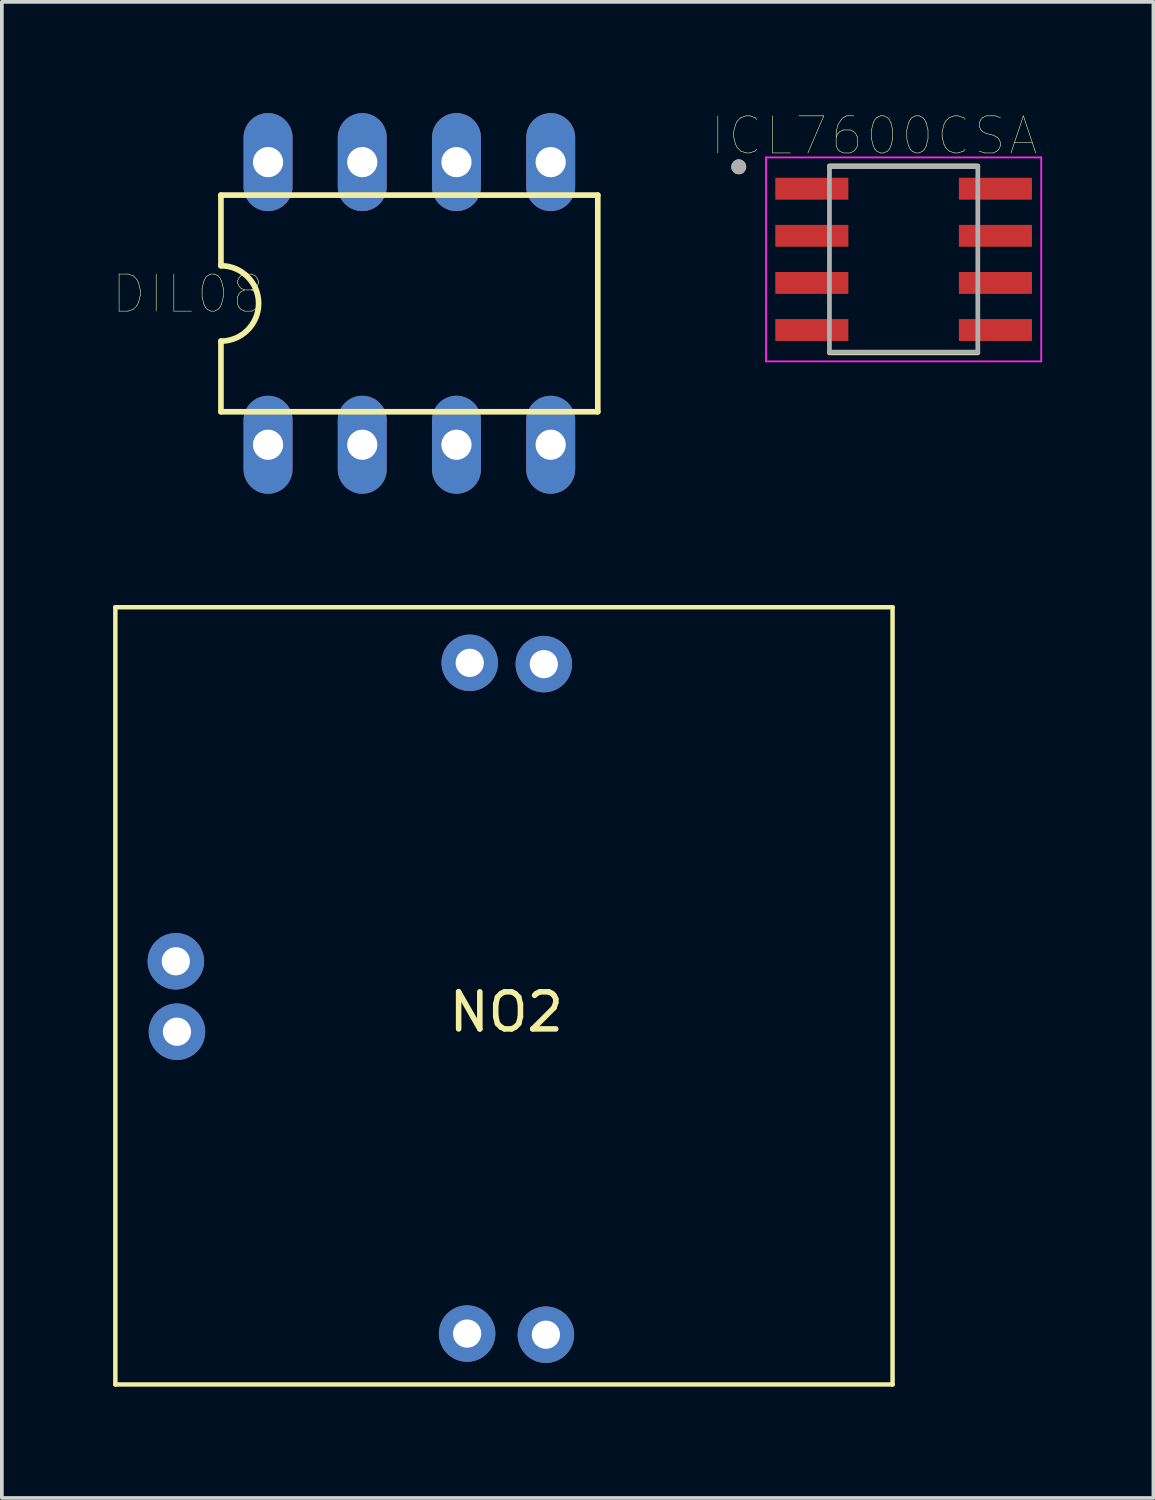
<source format=kicad_pcb>
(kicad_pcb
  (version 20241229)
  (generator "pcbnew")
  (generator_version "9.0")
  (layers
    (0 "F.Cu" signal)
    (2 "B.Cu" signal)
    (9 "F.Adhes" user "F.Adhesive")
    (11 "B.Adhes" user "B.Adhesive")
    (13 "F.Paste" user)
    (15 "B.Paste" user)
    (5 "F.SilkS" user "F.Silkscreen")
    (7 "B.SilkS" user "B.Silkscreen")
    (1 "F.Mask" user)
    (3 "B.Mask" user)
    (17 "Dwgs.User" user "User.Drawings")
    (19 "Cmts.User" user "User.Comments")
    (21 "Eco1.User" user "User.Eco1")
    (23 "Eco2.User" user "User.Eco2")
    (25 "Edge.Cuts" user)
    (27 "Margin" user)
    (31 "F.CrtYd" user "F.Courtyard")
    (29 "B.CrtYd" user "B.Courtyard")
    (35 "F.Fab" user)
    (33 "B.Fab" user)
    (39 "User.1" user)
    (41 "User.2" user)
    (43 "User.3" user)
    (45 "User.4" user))
  (footprint "ICL7600CSA"
    (layer "F.Cu")
    (at 21.313 3.943)
    (property "Reference" "ICL7600CSA" (at -0.795 -3.332 0) (layer "F.SilkS") (effects (font (size 1 1) (thickness 0.015))))
    (attr through_hole)
    (fp_line (start -2 -2.52) (end 2 -2.52) (stroke (width 0.127) (type solid)) (layer "F.SilkS"))
    (fp_line (start -2 2.52) (end 2 2.52) (stroke (width 0.127) (type solid)) (layer "F.SilkS"))
    (fp_circle (center -4.445 -2.495) (end -4.345 -2.495) (stroke (width 0.2) (type solid)) (fill no) (layer "F.SilkS"))
    (fp_line (start -3.71 -2.75) (end -3.71 2.75) (stroke (width 0.05) (type solid)) (layer "F.CrtYd"))
    (fp_line (start -3.71 -2.75) (end 3.71 -2.75) (stroke (width 0.05) (type solid)) (layer "F.CrtYd"))
    (fp_line (start -3.71 2.75) (end 3.71 2.75) (stroke (width 0.05) (type solid)) (layer "F.CrtYd"))
    (fp_line (start 3.71 -2.75) (end 3.71 2.75) (stroke (width 0.05) (type solid)) (layer "F.CrtYd"))
    (fp_line (start -2 -2.5) (end -2 2.5) (stroke (width 0.127) (type solid)) (layer "F.Fab"))
    (fp_line (start -2 -2.5) (end 2 -2.5) (stroke (width 0.127) (type solid)) (layer "F.Fab"))
    (fp_line (start -2 2.5) (end 2 2.5) (stroke (width 0.127) (type solid)) (layer "F.Fab"))
    (fp_line (start 2 -2.5) (end 2 2.5) (stroke (width 0.127) (type solid)) (layer "F.Fab"))
    (fp_circle (center -4.445 -2.495) (end -4.345 -2.495) (stroke (width 0.2) (type solid)) (fill no) (layer "F.Fab"))
    (pad "1" smd rect (at -2.475 -1.905) (size 1.97 0.59) (layers "F.Cu" "F.Mask" "F.Paste"))
    (pad "2" smd rect (at -2.475 -0.635) (size 1.97 0.59) (layers "F.Cu" "F.Mask" "F.Paste"))
    (pad "3" smd rect (at -2.475 0.635) (size 1.97 0.59) (layers "F.Cu" "F.Mask" "F.Paste"))
    (pad "4" smd rect (at -2.475 1.905) (size 1.97 0.59) (layers "F.Cu" "F.Mask" "F.Paste"))
    (pad "5" smd rect (at 2.475 1.905) (size 1.97 0.59) (layers "F.Cu" "F.Mask" "F.Paste"))
    (pad "6" smd rect (at 2.475 0.635) (size 1.97 0.59) (layers "F.Cu" "F.Mask" "F.Paste"))
    (pad "7" smd rect (at 2.475 -0.635) (size 1.97 0.59) (layers "F.Cu" "F.Mask" "F.Paste"))
    (pad "8" smd rect (at 2.475 -1.905) (size 1.97 0.59) (layers "F.Cu" "F.Mask" "F.Paste")))
  (footprint "DIL08"
    (layer "F.Cu")
    (at 7.987 5.131)
    (property "Reference" "DIL08" (at -5.969 -0.254 180) (layer "F.SilkS") (effects (font (size 1 1) (thickness 0.015))))
    (attr through_hole)
    (fp_line (start -5.08 -2.921) (end -5.08 -1.016) (stroke (width 0.152) (type solid)) (layer "F.SilkS"))
    (fp_line (start -5.08 2.921) (end -5.08 1.016) (stroke (width 0.152) (type solid)) (layer "F.SilkS"))
    (fp_line (start -5.08 2.921) (end 5.08 2.921) (stroke (width 0.152) (type solid)) (layer "F.SilkS"))
    (fp_line (start 5.08 -2.921) (end -5.08 -2.921) (stroke (width 0.152) (type solid)) (layer "F.SilkS"))
    (fp_line (start 5.08 -2.921) (end 5.08 2.921) (stroke (width 0.152) (type solid)) (layer "F.SilkS"))
    (fp_arc (start -5.08 -1.016) (mid -4.064 0) (end -5.08 1.016) (stroke (width 0.1524) (type solid)) (layer "F.SilkS"))
    (pad "1" thru_hole oval (at -3.81 3.81) (size 1.321 2.642) (drill 0.813) (layers "*.Cu" "*.Mask"))
    (pad "2" thru_hole oval (at -1.27 3.81) (size 1.321 2.642) (drill 0.813) (layers "*.Cu" "*.Mask"))
    (pad "3" thru_hole oval (at 1.27 3.81) (size 1.321 2.642) (drill 0.813) (layers "*.Cu" "*.Mask"))
    (pad "4" thru_hole oval (at 3.81 3.81) (size 1.321 2.642) (drill 0.813) (layers "*.Cu" "*.Mask"))
    (pad "5" thru_hole oval (at 3.81 -3.81) (size 1.321 2.642) (drill 0.813) (layers "*.Cu" "*.Mask"))
    (pad "6" thru_hole oval (at 1.27 -3.81) (size 1.321 2.642) (drill 0.813) (layers "*.Cu" "*.Mask"))
    (pad "7" thru_hole oval (at -1.27 -3.81) (size 1.321 2.642) (drill 0.813) (layers "*.Cu" "*.Mask"))
    (pad "8" thru_hole oval (at -3.81 -3.81) (size 1.321 2.642) (drill 0.813) (layers "*.Cu" "*.Mask")))
  (footprint "NO2"
    (layer "F.Cu")
    (at 4.505 24.752)
    (property "Reference" "NO2" (at 6.096 -0.516 0) (layer "F.SilkS") (effects (font (size 1 1) (thickness 0.15))))
    (attr through_hole)
    (fp_line (start -4.445 -11.43) (end -4.445 9.525) (stroke (width 0.12) (type solid)) (layer "F.SilkS"))
    (fp_line (start -4.445 9.525) (end 16.51 9.525) (stroke (width 0.12) (type solid)) (layer "F.SilkS"))
    (fp_line (start 16.51 -11.43) (end -4.445 -11.43) (stroke (width 0.12) (type solid)) (layer "F.SilkS"))
    (fp_line (start 16.51 9.525) (end 16.51 -11.43) (stroke (width 0.12) (type solid)) (layer "F.SilkS"))
    (pad "1" thru_hole circle (at 5.039 8.153) (size 1.524 1.524) (drill 0.762) (layers "*.Cu" "*.Mask"))
    (pad "2" thru_hole circle (at -2.784 0.015) (size 1.524 1.524) (drill 0.762) (layers "*.Cu" "*.Mask"))
    (pad "3" thru_hole circle (at -2.814 -1.885) (size 1.524 1.524) (drill 0.762) (layers "*.Cu" "*.Mask"))
    (pad "4" thru_hole circle (at 5.11 -9.931) (size 1.524 1.524) (drill 0.762) (layers "*.Cu" "*.Mask"))
    (pad "5" thru_hole circle (at 7.107 -9.896) (size 1.524 1.524) (drill 0.762) (layers "*.Cu" "*.Mask"))
    (pad "6" thru_hole circle (at 7.163 8.184) (size 1.524 1.524) (drill 0.762) (layers "*.Cu" "*.Mask")))
  (gr_rect
    (start -3 -3)
    (end 28.048 37.337)
    (stroke (width 0.1) (type default))
    (fill no)
    (layer "Edge.Cuts")))
</source>
